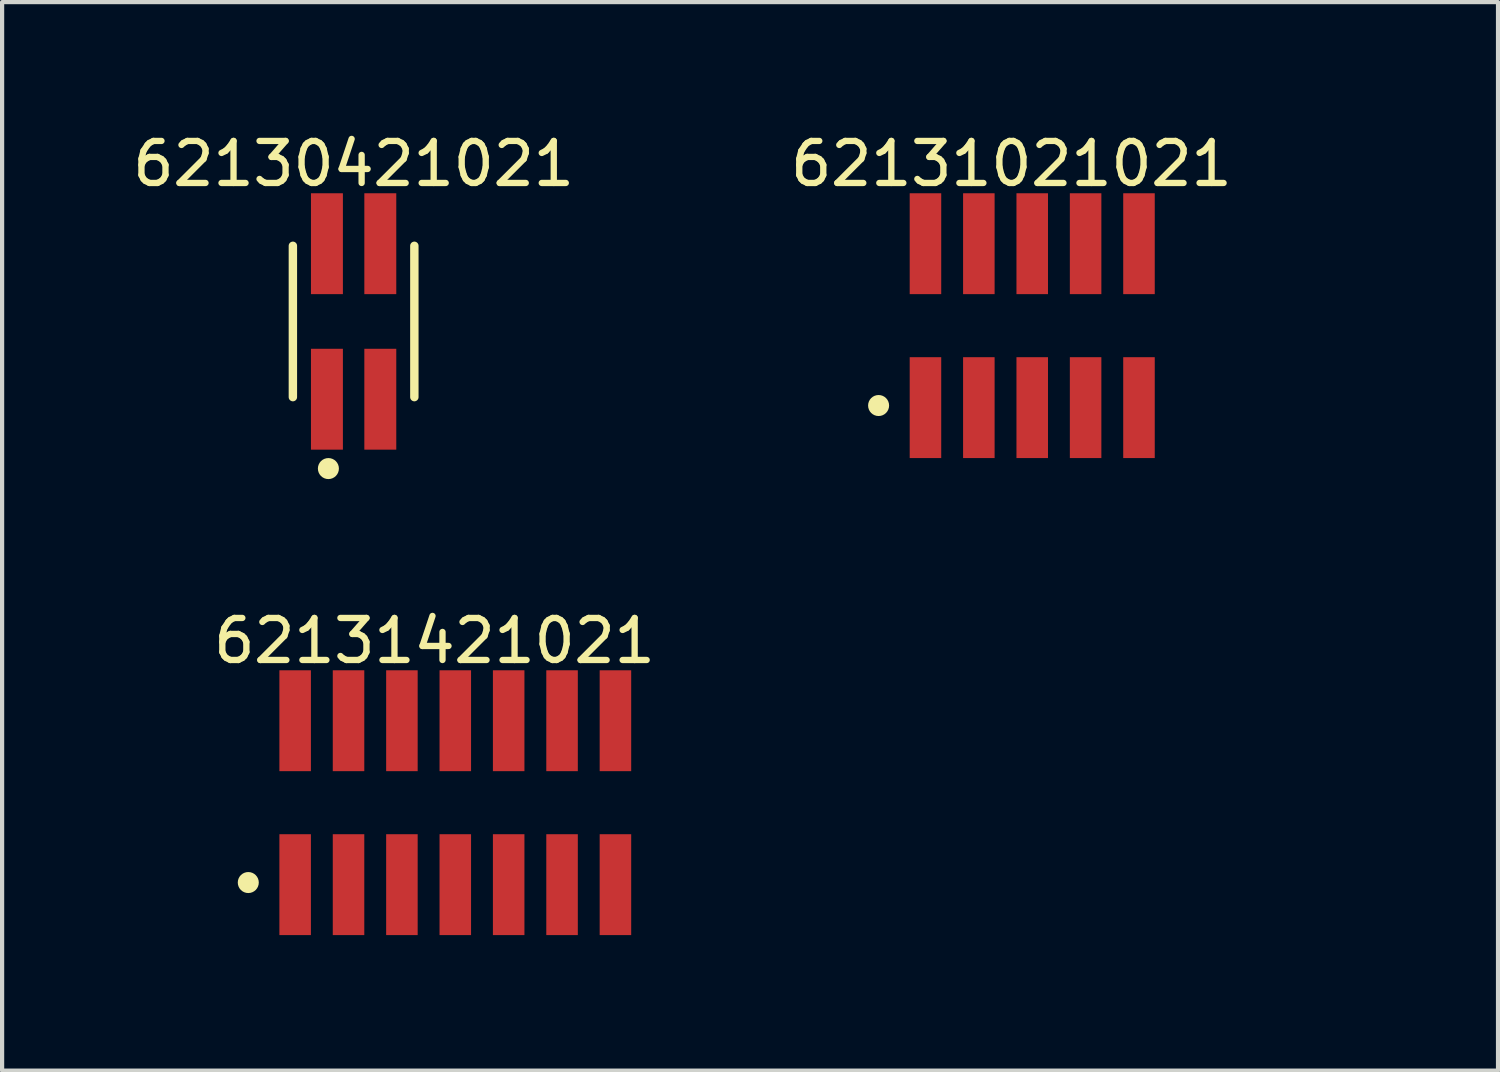
<source format=kicad_pcb>
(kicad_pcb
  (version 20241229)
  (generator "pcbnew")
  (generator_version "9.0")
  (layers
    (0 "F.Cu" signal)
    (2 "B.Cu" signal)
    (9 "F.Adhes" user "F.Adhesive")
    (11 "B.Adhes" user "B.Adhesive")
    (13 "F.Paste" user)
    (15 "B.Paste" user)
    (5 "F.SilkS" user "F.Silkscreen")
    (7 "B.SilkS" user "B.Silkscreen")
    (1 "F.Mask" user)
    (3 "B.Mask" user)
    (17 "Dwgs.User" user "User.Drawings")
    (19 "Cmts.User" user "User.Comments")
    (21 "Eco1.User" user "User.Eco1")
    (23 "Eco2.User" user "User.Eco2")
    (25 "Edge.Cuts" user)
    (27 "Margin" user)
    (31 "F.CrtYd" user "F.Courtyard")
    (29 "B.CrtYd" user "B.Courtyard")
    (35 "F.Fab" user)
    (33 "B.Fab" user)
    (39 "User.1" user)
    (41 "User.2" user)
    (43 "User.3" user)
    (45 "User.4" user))
  (footprint "62131021021"
    (layer "F.Cu")
    (at 21.508 4.698)
    (property "Reference" "62131021021" (at -0.495 -3.85 0) (layer "F.SilkS") (effects (font (size 1 1) (thickness 0.15))))
    (fp_circle (center -3.655 1.9) (end -3.655 1.775) (stroke (width 0.25) (type solid)) (fill no) (layer "F.SilkS"))
    (fp_line (start -3.375 -3.35) (end 3.375 -3.35) (stroke (width 0.05) (type solid)) (layer "Eco2.User"))
    (fp_line (start -3.375 3.35) (end -3.375 -3.35) (stroke (width 0.05) (type solid)) (layer "Eco2.User"))
    (fp_line (start -3.375 3.35) (end 3.375 3.35) (stroke (width 0.05) (type solid)) (layer "Eco2.User"))
    (fp_line (start -3.175 -1.7) (end 3.175 -1.7) (stroke (width 0.1) (type solid)) (layer "Eco2.User"))
    (fp_line (start -3.175 1.7) (end -3.175 -1.7) (stroke (width 0.1) (type solid)) (layer "Eco2.User"))
    (fp_line (start -3.175 1.7) (end 3.175 1.7) (stroke (width 0.1) (type solid)) (layer "Eco2.User"))
    (fp_line (start -2.74 -2.5) (end -2.34 -2.5) (stroke (width 0.1) (type solid)) (layer "Eco2.User"))
    (fp_line (start -2.74 -1.7) (end -2.74 -2.5) (stroke (width 0.1) (type solid)) (layer "Eco2.User"))
    (fp_line (start -2.74 2.5) (end -2.74 1.7) (stroke (width 0.1) (type solid)) (layer "Eco2.User"))
    (fp_line (start -2.74 2.5) (end -2.34 2.5) (stroke (width 0.1) (type solid)) (layer "Eco2.User"))
    (fp_line (start -2.34 -1.7) (end -2.34 -2.5) (stroke (width 0.1) (type solid)) (layer "Eco2.User"))
    (fp_line (start -2.34 2.5) (end -2.34 1.7) (stroke (width 0.1) (type solid)) (layer "Eco2.User"))
    (fp_line (start -1.47 -2.5) (end -1.07 -2.5) (stroke (width 0.1) (type solid)) (layer "Eco2.User"))
    (fp_line (start -1.47 -1.7) (end -1.47 -2.5) (stroke (width 0.1) (type solid)) (layer "Eco2.User"))
    (fp_line (start -1.47 2.5) (end -1.47 1.7) (stroke (width 0.1) (type solid)) (layer "Eco2.User"))
    (fp_line (start -1.47 2.5) (end -1.07 2.5) (stroke (width 0.1) (type solid)) (layer "Eco2.User"))
    (fp_line (start -1.07 -1.7) (end -1.07 -2.5) (stroke (width 0.1) (type solid)) (layer "Eco2.User"))
    (fp_line (start -1.07 2.5) (end -1.07 1.7) (stroke (width 0.1) (type solid)) (layer "Eco2.User"))
    (fp_line (start -0.5 0) (end 0.5 0) (stroke (width 0.05) (type solid)) (layer "Eco2.User"))
    (fp_line (start -0.2 -2.5) (end 0.2 -2.5) (stroke (width 0.1) (type solid)) (layer "Eco2.User"))
    (fp_line (start -0.2 -1.7) (end -0.2 -2.5) (stroke (width 0.1) (type solid)) (layer "Eco2.User"))
    (fp_line (start -0.2 2.5) (end -0.2 1.7) (stroke (width 0.1) (type solid)) (layer "Eco2.User"))
    (fp_line (start -0.2 2.5) (end 0.2 2.5) (stroke (width 0.1) (type solid)) (layer "Eco2.User"))
    (fp_line (start 0 0.5) (end 0 -0.5) (stroke (width 0.05) (type solid)) (layer "Eco2.User"))
    (fp_line (start 0.2 -1.7) (end 0.2 -2.5) (stroke (width 0.1) (type solid)) (layer "Eco2.User"))
    (fp_line (start 0.2 2.5) (end 0.2 1.7) (stroke (width 0.1) (type solid)) (layer "Eco2.User"))
    (fp_line (start 1.07 -2.5) (end 1.47 -2.5) (stroke (width 0.1) (type solid)) (layer "Eco2.User"))
    (fp_line (start 1.07 -1.7) (end 1.07 -2.5) (stroke (width 0.1) (type solid)) (layer "Eco2.User"))
    (fp_line (start 1.07 2.5) (end 1.07 1.7) (stroke (width 0.1) (type solid)) (layer "Eco2.User"))
    (fp_line (start 1.07 2.5) (end 1.47 2.5) (stroke (width 0.1) (type solid)) (layer "Eco2.User"))
    (fp_line (start 1.47 -1.7) (end 1.47 -2.5) (stroke (width 0.1) (type solid)) (layer "Eco2.User"))
    (fp_line (start 1.47 2.5) (end 1.47 1.7) (stroke (width 0.1) (type solid)) (layer "Eco2.User"))
    (fp_line (start 2.34 -2.5) (end 2.74 -2.5) (stroke (width 0.1) (type solid)) (layer "Eco2.User"))
    (fp_line (start 2.34 -1.7) (end 2.34 -2.5) (stroke (width 0.1) (type solid)) (layer "Eco2.User"))
    (fp_line (start 2.34 2.5) (end 2.34 1.7) (stroke (width 0.1) (type solid)) (layer "Eco2.User"))
    (fp_line (start 2.34 2.5) (end 2.74 2.5) (stroke (width 0.1) (type solid)) (layer "Eco2.User"))
    (fp_line (start 2.74 -1.7) (end 2.74 -2.5) (stroke (width 0.1) (type solid)) (layer "Eco2.User"))
    (fp_line (start 2.74 2.5) (end 2.74 1.7) (stroke (width 0.1) (type solid)) (layer "Eco2.User"))
    (fp_line (start 3.175 1.7) (end 3.175 -1.7) (stroke (width 0.1) (type solid)) (layer "Eco2.User"))
    (fp_line (start 3.375 3.35) (end 3.375 -3.35) (stroke (width 0.05) (type solid)) (layer "Eco2.User"))
    (fp_text user "${REFERENCE}" (at 0.15 -0.197 0) (unlocked yes) (layer "User.3") (effects (font (size 1.5 1.5) (thickness 0.15))))
    (pad "1" smd rect (at -2.54 1.95) (size 0.75 2.4) (layers "F.Cu" "F.Mask" "F.Paste"))
    (pad "2" smd rect (at -2.54 -1.95) (size 0.75 2.4) (layers "F.Cu" "F.Mask" "F.Paste"))
    (pad "3" smd rect (at -1.27 1.95) (size 0.75 2.4) (layers "F.Cu" "F.Mask" "F.Paste"))
    (pad "4" smd rect (at -1.27 -1.95) (size 0.75 2.4) (layers "F.Cu" "F.Mask" "F.Paste"))
    (pad "5" smd rect (at 0 1.95) (size 0.75 2.4) (layers "F.Cu" "F.Mask" "F.Paste"))
    (pad "6" smd rect (at 0 -1.95) (size 0.75 2.4) (layers "F.Cu" "F.Mask" "F.Paste"))
    (pad "7" smd rect (at 1.27 1.95) (size 0.75 2.4) (layers "F.Cu" "F.Mask" "F.Paste"))
    (pad "8" smd rect (at 1.27 -1.95) (size 0.75 2.4) (layers "F.Cu" "F.Mask" "F.Paste"))
    (pad "9" smd rect (at 2.54 1.95) (size 0.75 2.4) (layers "F.Cu" "F.Mask" "F.Paste"))
    (pad "10" smd rect (at 2.54 -1.95) (size 0.75 2.4) (layers "F.Cu" "F.Mask" "F.Paste")))
  (footprint "62131421021"
    (layer "F.Cu")
    (at 7.782 16.047)
    (property "Reference" "62131421021" (at -0.495 -3.85 0) (layer "F.SilkS") (effects (font (size 1 1) (thickness 0.15))))
    (fp_circle (center -4.925 1.9) (end -4.925 1.775) (stroke (width 0.25) (type solid)) (fill no) (layer "F.SilkS"))
    (fp_line (start -4.645 -3.35) (end 4.645 -3.35) (stroke (width 0.05) (type solid)) (layer "Eco2.User"))
    (fp_line (start -4.645 3.35) (end -4.645 -3.35) (stroke (width 0.05) (type solid)) (layer "Eco2.User"))
    (fp_line (start -4.645 3.35) (end 4.645 3.35) (stroke (width 0.05) (type solid)) (layer "Eco2.User"))
    (fp_line (start -4.445 -1.7) (end 4.445 -1.7) (stroke (width 0.1) (type solid)) (layer "Eco2.User"))
    (fp_line (start -4.445 1.7) (end -4.445 -1.7) (stroke (width 0.1) (type solid)) (layer "Eco2.User"))
    (fp_line (start -4.445 1.7) (end 4.445 1.7) (stroke (width 0.1) (type solid)) (layer "Eco2.User"))
    (fp_line (start -4.01 -2.5) (end -3.61 -2.5) (stroke (width 0.1) (type solid)) (layer "Eco2.User"))
    (fp_line (start -4.01 -1.7) (end -4.01 -2.5) (stroke (width 0.1) (type solid)) (layer "Eco2.User"))
    (fp_line (start -4.01 2.5) (end -4.01 1.7) (stroke (width 0.1) (type solid)) (layer "Eco2.User"))
    (fp_line (start -4.01 2.5) (end -3.61 2.5) (stroke (width 0.1) (type solid)) (layer "Eco2.User"))
    (fp_line (start -3.61 -1.7) (end -3.61 -2.5) (stroke (width 0.1) (type solid)) (layer "Eco2.User"))
    (fp_line (start -3.61 2.5) (end -3.61 1.7) (stroke (width 0.1) (type solid)) (layer "Eco2.User"))
    (fp_line (start -2.74 -2.5) (end -2.34 -2.5) (stroke (width 0.1) (type solid)) (layer "Eco2.User"))
    (fp_line (start -2.74 -1.7) (end -2.74 -2.5) (stroke (width 0.1) (type solid)) (layer "Eco2.User"))
    (fp_line (start -2.74 2.5) (end -2.74 1.7) (stroke (width 0.1) (type solid)) (layer "Eco2.User"))
    (fp_line (start -2.74 2.5) (end -2.34 2.5) (stroke (width 0.1) (type solid)) (layer "Eco2.User"))
    (fp_line (start -2.34 -1.7) (end -2.34 -2.5) (stroke (width 0.1) (type solid)) (layer "Eco2.User"))
    (fp_line (start -2.34 2.5) (end -2.34 1.7) (stroke (width 0.1) (type solid)) (layer "Eco2.User"))
    (fp_line (start -1.47 -2.5) (end -1.07 -2.5) (stroke (width 0.1) (type solid)) (layer "Eco2.User"))
    (fp_line (start -1.47 -1.7) (end -1.47 -2.5) (stroke (width 0.1) (type solid)) (layer "Eco2.User"))
    (fp_line (start -1.47 2.5) (end -1.47 1.7) (stroke (width 0.1) (type solid)) (layer "Eco2.User"))
    (fp_line (start -1.47 2.5) (end -1.07 2.5) (stroke (width 0.1) (type solid)) (layer "Eco2.User"))
    (fp_line (start -1.07 -1.7) (end -1.07 -2.5) (stroke (width 0.1) (type solid)) (layer "Eco2.User"))
    (fp_line (start -1.07 2.5) (end -1.07 1.7) (stroke (width 0.1) (type solid)) (layer "Eco2.User"))
    (fp_line (start -0.5 0) (end 0.5 0) (stroke (width 0.05) (type solid)) (layer "Eco2.User"))
    (fp_line (start -0.2 -2.5) (end 0.2 -2.5) (stroke (width 0.1) (type solid)) (layer "Eco2.User"))
    (fp_line (start -0.2 -1.7) (end -0.2 -2.5) (stroke (width 0.1) (type solid)) (layer "Eco2.User"))
    (fp_line (start -0.2 2.5) (end -0.2 1.7) (stroke (width 0.1) (type solid)) (layer "Eco2.User"))
    (fp_line (start -0.2 2.5) (end 0.2 2.5) (stroke (width 0.1) (type solid)) (layer "Eco2.User"))
    (fp_line (start 0 0.5) (end 0 -0.5) (stroke (width 0.05) (type solid)) (layer "Eco2.User"))
    (fp_line (start 0.2 -1.7) (end 0.2 -2.5) (stroke (width 0.1) (type solid)) (layer "Eco2.User"))
    (fp_line (start 0.2 2.5) (end 0.2 1.7) (stroke (width 0.1) (type solid)) (layer "Eco2.User"))
    (fp_line (start 1.07 -2.5) (end 1.47 -2.5) (stroke (width 0.1) (type solid)) (layer "Eco2.User"))
    (fp_line (start 1.07 -1.7) (end 1.07 -2.5) (stroke (width 0.1) (type solid)) (layer "Eco2.User"))
    (fp_line (start 1.07 2.5) (end 1.07 1.7) (stroke (width 0.1) (type solid)) (layer "Eco2.User"))
    (fp_line (start 1.07 2.5) (end 1.47 2.5) (stroke (width 0.1) (type solid)) (layer "Eco2.User"))
    (fp_line (start 1.47 -1.7) (end 1.47 -2.5) (stroke (width 0.1) (type solid)) (layer "Eco2.User"))
    (fp_line (start 1.47 2.5) (end 1.47 1.7) (stroke (width 0.1) (type solid)) (layer "Eco2.User"))
    (fp_line (start 2.34 -2.5) (end 2.74 -2.5) (stroke (width 0.1) (type solid)) (layer "Eco2.User"))
    (fp_line (start 2.34 -1.7) (end 2.34 -2.5) (stroke (width 0.1) (type solid)) (layer "Eco2.User"))
    (fp_line (start 2.34 2.5) (end 2.34 1.7) (stroke (width 0.1) (type solid)) (layer "Eco2.User"))
    (fp_line (start 2.34 2.5) (end 2.74 2.5) (stroke (width 0.1) (type solid)) (layer "Eco2.User"))
    (fp_line (start 2.74 -1.7) (end 2.74 -2.5) (stroke (width 0.1) (type solid)) (layer "Eco2.User"))
    (fp_line (start 2.74 2.5) (end 2.74 1.7) (stroke (width 0.1) (type solid)) (layer "Eco2.User"))
    (fp_line (start 3.61 -2.5) (end 4.01 -2.5) (stroke (width 0.1) (type solid)) (layer "Eco2.User"))
    (fp_line (start 3.61 -1.7) (end 3.61 -2.5) (stroke (width 0.1) (type solid)) (layer "Eco2.User"))
    (fp_line (start 3.61 2.5) (end 3.61 1.7) (stroke (width 0.1) (type solid)) (layer "Eco2.User"))
    (fp_line (start 3.61 2.5) (end 4.01 2.5) (stroke (width 0.1) (type solid)) (layer "Eco2.User"))
    (fp_line (start 4.01 -1.7) (end 4.01 -2.5) (stroke (width 0.1) (type solid)) (layer "Eco2.User"))
    (fp_line (start 4.01 2.5) (end 4.01 1.7) (stroke (width 0.1) (type solid)) (layer "Eco2.User"))
    (fp_line (start 4.445 1.7) (end 4.445 -1.7) (stroke (width 0.1) (type solid)) (layer "Eco2.User"))
    (fp_line (start 4.645 3.35) (end 4.645 -3.35) (stroke (width 0.05) (type solid)) (layer "Eco2.User"))
    (fp_text user "${REFERENCE}" (at 0.15 -0.197 0) (unlocked yes) (layer "User.3") (effects (font (size 1.5 1.5) (thickness 0.15))))
    (pad "1" smd rect (at -3.81 1.95) (size 0.75 2.4) (layers "F.Cu" "F.Mask" "F.Paste"))
    (pad "2" smd rect (at -3.81 -1.95) (size 0.75 2.4) (layers "F.Cu" "F.Mask" "F.Paste"))
    (pad "3" smd rect (at -2.54 1.95) (size 0.75 2.4) (layers "F.Cu" "F.Mask" "F.Paste"))
    (pad "4" smd rect (at -2.54 -1.95) (size 0.75 2.4) (layers "F.Cu" "F.Mask" "F.Paste"))
    (pad "5" smd rect (at -1.27 1.95) (size 0.75 2.4) (layers "F.Cu" "F.Mask" "F.Paste"))
    (pad "6" smd rect (at -1.27 -1.95) (size 0.75 2.4) (layers "F.Cu" "F.Mask" "F.Paste"))
    (pad "7" smd rect (at 0 1.95) (size 0.75 2.4) (layers "F.Cu" "F.Mask" "F.Paste"))
    (pad "8" smd rect (at 0 -1.95) (size 0.75 2.4) (layers "F.Cu" "F.Mask" "F.Paste"))
    (pad "9" smd rect (at 1.27 1.95) (size 0.75 2.4) (layers "F.Cu" "F.Mask" "F.Paste"))
    (pad "10" smd rect (at 1.27 -1.95) (size 0.75 2.4) (layers "F.Cu" "F.Mask" "F.Paste"))
    (pad "11" smd rect (at 2.54 1.95) (size 0.75 2.4) (layers "F.Cu" "F.Mask" "F.Paste"))
    (pad "12" smd rect (at 2.54 -1.95) (size 0.75 2.4) (layers "F.Cu" "F.Mask" "F.Paste"))
    (pad "13" smd rect (at 3.81 1.95) (size 0.75 2.4) (layers "F.Cu" "F.Mask" "F.Paste"))
    (pad "14" smd rect (at 3.81 -1.95) (size 0.75 2.4) (layers "F.Cu" "F.Mask" "F.Paste")))
  (footprint "62130421021"
    (layer "F.Cu")
    (at 5.363 4.598)
    (property "Reference" "62130421021" (at 0 -3.75 0) (layer "F.SilkS") (effects (font (size 1 1) (thickness 0.15))))
    (fp_line (start -1.445 1.8) (end -1.445 -1.8) (stroke (width 0.2) (type solid)) (layer "F.SilkS"))
    (fp_line (start 1.445 1.8) (end 1.445 -1.8) (stroke (width 0.2) (type solid)) (layer "F.SilkS"))
    (fp_circle (center -0.6 3.5) (end -0.6 3.375) (stroke (width 0.25) (type solid)) (fill no) (layer "F.SilkS"))
    (fp_line (start -1.645 -3.25) (end 1.645 -3.25) (stroke (width 0.05) (type solid)) (layer "Eco2.User"))
    (fp_line (start -1.645 3.25) (end -1.645 -3.25) (stroke (width 0.05) (type solid)) (layer "Eco2.User"))
    (fp_line (start -1.645 3.25) (end 1.645 3.25) (stroke (width 0.05) (type solid)) (layer "Eco2.User"))
    (fp_line (start -1.27 -1.7) (end 1.27 -1.7) (stroke (width 0.1) (type solid)) (layer "Eco2.User"))
    (fp_line (start -1.27 1.7) (end -1.27 -1.7) (stroke (width 0.1) (type solid)) (layer "Eco2.User"))
    (fp_line (start -1.27 1.7) (end 1.27 1.7) (stroke (width 0.1) (type solid)) (layer "Eco2.User"))
    (fp_line (start -0.835 -2.5) (end -0.435 -2.5) (stroke (width 0.1) (type solid)) (layer "Eco2.User"))
    (fp_line (start -0.835 -1.7) (end -0.835 -2.5) (stroke (width 0.1) (type solid)) (layer "Eco2.User"))
    (fp_line (start -0.835 2.5) (end -0.835 1.7) (stroke (width 0.1) (type solid)) (layer "Eco2.User"))
    (fp_line (start -0.835 2.5) (end -0.435 2.5) (stroke (width 0.1) (type solid)) (layer "Eco2.User"))
    (fp_line (start -0.5 0) (end 0.5 0) (stroke (width 0.05) (type solid)) (layer "Eco2.User"))
    (fp_line (start -0.435 -1.7) (end -0.435 -2.5) (stroke (width 0.1) (type solid)) (layer "Eco2.User"))
    (fp_line (start -0.435 2.5) (end -0.435 1.7) (stroke (width 0.1) (type solid)) (layer "Eco2.User"))
    (fp_line (start 0 0.5) (end 0 -0.5) (stroke (width 0.05) (type solid)) (layer "Eco2.User"))
    (fp_line (start 0.435 -2.5) (end 0.835 -2.5) (stroke (width 0.1) (type solid)) (layer "Eco2.User"))
    (fp_line (start 0.435 -1.7) (end 0.435 -2.5) (stroke (width 0.1) (type solid)) (layer "Eco2.User"))
    (fp_line (start 0.435 2.5) (end 0.435 1.7) (stroke (width 0.1) (type solid)) (layer "Eco2.User"))
    (fp_line (start 0.435 2.5) (end 0.835 2.5) (stroke (width 0.1) (type solid)) (layer "Eco2.User"))
    (fp_line (start 0.835 -1.7) (end 0.835 -2.5) (stroke (width 0.1) (type solid)) (layer "Eco2.User"))
    (fp_line (start 0.835 2.5) (end 0.835 1.7) (stroke (width 0.1) (type solid)) (layer "Eco2.User"))
    (fp_line (start 1.27 1.7) (end 1.27 -1.7) (stroke (width 0.1) (type solid)) (layer "Eco2.User"))
    (fp_line (start 1.645 3.25) (end 1.645 -3.25) (stroke (width 0.05) (type solid)) (layer "Eco2.User"))
    (fp_text user "${REFERENCE}" (at 0.07 -0.092 0) (unlocked yes) (layer "User.3") (effects (font (size 0.7 0.7) (thickness 0.07))))
    (pad "1" smd rect (at -0.635 1.85) (size 0.76 2.4) (layers "F.Cu" "F.Mask" "F.Paste"))
    (pad "2" smd rect (at -0.635 -1.85) (size 0.76 2.4) (layers "F.Cu" "F.Mask" "F.Paste"))
    (pad "3" smd rect (at 0.635 1.85) (size 0.76 2.4) (layers "F.Cu" "F.Mask" "F.Paste"))
    (pad "4" smd rect (at 0.635 -1.85) (size 0.76 2.4) (layers "F.Cu" "F.Mask" "F.Paste")))
  (gr_rect
    (start -3 -3)
    (end 32.59 22.422)
    (stroke (width 0.1) (type default))
    (fill no)
    (layer "Edge.Cuts")))
</source>
